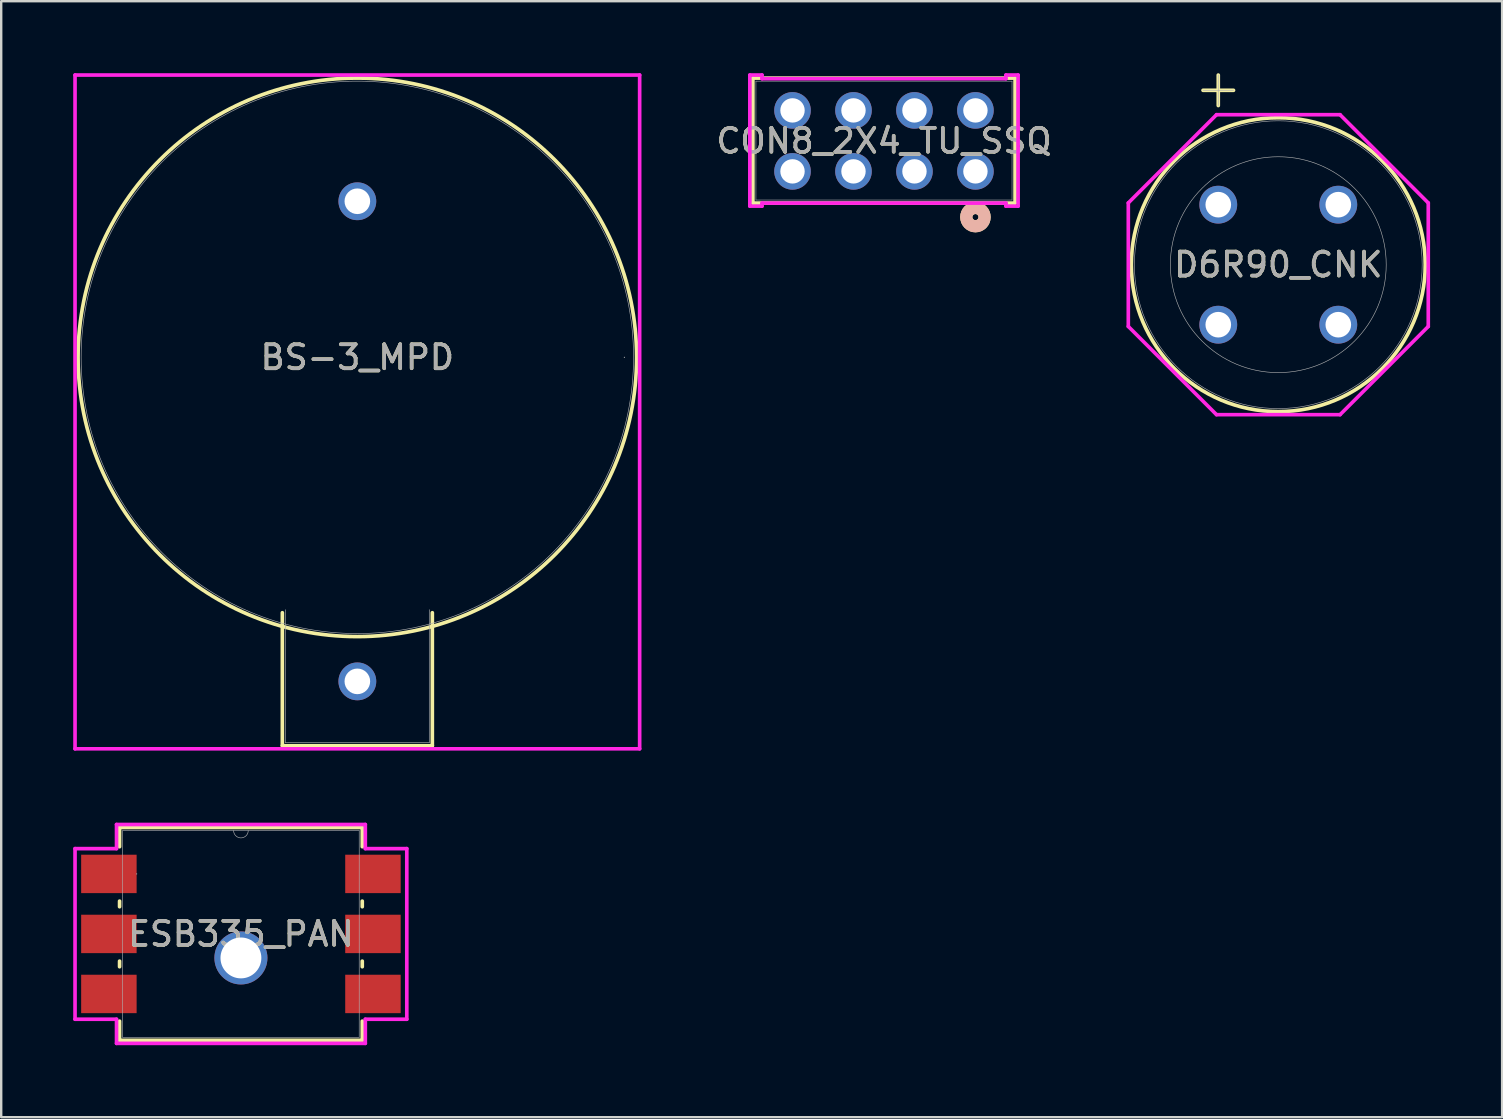
<source format=kicad_pcb>
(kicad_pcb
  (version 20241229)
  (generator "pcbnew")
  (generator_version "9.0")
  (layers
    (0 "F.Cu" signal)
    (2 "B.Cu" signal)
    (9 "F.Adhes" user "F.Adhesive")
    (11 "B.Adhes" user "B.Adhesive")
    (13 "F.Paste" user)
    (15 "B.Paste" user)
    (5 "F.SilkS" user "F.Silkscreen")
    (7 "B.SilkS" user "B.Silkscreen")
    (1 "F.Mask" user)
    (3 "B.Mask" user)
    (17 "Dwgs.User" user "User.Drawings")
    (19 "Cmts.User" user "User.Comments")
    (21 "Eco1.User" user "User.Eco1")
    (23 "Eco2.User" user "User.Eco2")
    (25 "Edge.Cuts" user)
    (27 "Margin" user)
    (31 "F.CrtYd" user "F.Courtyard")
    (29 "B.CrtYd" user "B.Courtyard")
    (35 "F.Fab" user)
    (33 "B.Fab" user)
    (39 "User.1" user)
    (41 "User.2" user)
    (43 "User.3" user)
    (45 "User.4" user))
  (footprint "ESB335_PAN"
    (layer "F.Cu")
    (at 6.986 35.855)
    (property "Reference" "ESB335_PAN" (at 0 0 0) (unlocked yes) (layer "F.SilkS") (effects (font (size 1 1) (thickness 0.15))))
    (attr smd)
    (fp_line (start -5.055 -4.432) (end -5.055 -3.633) (stroke (width 0.152) (type solid)) (layer "F.SilkS"))
    (fp_line (start -5.055 -1.367) (end -5.055 -1.133) (stroke (width 0.152) (type solid)) (layer "F.SilkS"))
    (fp_line (start -5.055 1.133) (end -5.055 1.367) (stroke (width 0.152) (type solid)) (layer "F.SilkS"))
    (fp_line (start -5.055 3.633) (end -5.055 4.432) (stroke (width 0.152) (type solid)) (layer "F.SilkS"))
    (fp_line (start -5.055 4.432) (end 5.055 4.432) (stroke (width 0.152) (type solid)) (layer "F.SilkS"))
    (fp_line (start 5.055 -4.432) (end -5.055 -4.432) (stroke (width 0.152) (type solid)) (layer "F.SilkS"))
    (fp_line (start 5.055 -3.633) (end 5.055 -4.432) (stroke (width 0.152) (type solid)) (layer "F.SilkS"))
    (fp_line (start 5.055 -1.133) (end 5.055 -1.367) (stroke (width 0.152) (type solid)) (layer "F.SilkS"))
    (fp_line (start 5.055 1.367) (end 5.055 1.133) (stroke (width 0.152) (type solid)) (layer "F.SilkS"))
    (fp_line (start 5.055 4.432) (end 5.055 3.633) (stroke (width 0.152) (type solid)) (layer "F.SilkS"))
    (fp_line (start -6.91 -3.554) (end -5.182 -3.554) (stroke (width 0.152) (type solid)) (layer "F.CrtYd"))
    (fp_line (start -6.91 3.554) (end -6.91 -3.554) (stroke (width 0.152) (type solid)) (layer "F.CrtYd"))
    (fp_line (start -6.91 3.554) (end -5.182 3.554) (stroke (width 0.152) (type solid)) (layer "F.CrtYd"))
    (fp_line (start -5.182 -4.559) (end 5.182 -4.559) (stroke (width 0.152) (type solid)) (layer "F.CrtYd"))
    (fp_line (start -5.182 -3.554) (end -5.182 -4.559) (stroke (width 0.152) (type solid)) (layer "F.CrtYd"))
    (fp_line (start -5.182 4.559) (end -5.182 3.554) (stroke (width 0.152) (type solid)) (layer "F.CrtYd"))
    (fp_line (start 5.182 -4.559) (end 5.182 -3.554) (stroke (width 0.152) (type solid)) (layer "F.CrtYd"))
    (fp_line (start 5.182 3.554) (end 5.182 4.559) (stroke (width 0.152) (type solid)) (layer "F.CrtYd"))
    (fp_line (start 5.182 4.559) (end -5.182 4.559) (stroke (width 0.152) (type solid)) (layer "F.CrtYd"))
    (fp_line (start 6.91 -3.554) (end 5.182 -3.554) (stroke (width 0.152) (type solid)) (layer "F.CrtYd"))
    (fp_line (start 6.91 -3.554) (end 6.91 3.554) (stroke (width 0.152) (type solid)) (layer "F.CrtYd"))
    (fp_line (start 6.91 3.554) (end 5.182 3.554) (stroke (width 0.152) (type solid)) (layer "F.CrtYd"))
    (fp_line (start -4.928 -4.305) (end -4.928 4.305) (stroke (width 0.025) (type solid)) (layer "F.Fab"))
    (fp_line (start -4.928 4.305) (end 4.928 4.305) (stroke (width 0.025) (type solid)) (layer "F.Fab"))
    (fp_line (start 4.928 -4.305) (end -4.928 -4.305) (stroke (width 0.025) (type solid)) (layer "F.Fab"))
    (fp_line (start 4.928 4.305) (end 4.928 -4.305) (stroke (width 0.025) (type solid)) (layer "F.Fab"))
    (fp_arc (start 0.3048 -4.3053) (mid 0 -4.0005) (end -0.3048 -4.3053) (stroke (width 0.0254) (type solid)) (layer "F.Fab"))
    (fp_circle (center -4.344 -2.5) (end -4.344 -2.5) (stroke (width 0.025) (type solid)) (fill no) (layer "F.Fab"))
    (fp_text user "${REFERENCE}" (at 0 0 0) (unlocked yes) (layer "F.Fab") (effects (font (size 1 1) (thickness 0.15))))
    (pad "1" smd rect (at -5.5 -2.5) (size 2.311 1.6) (layers "F.Cu" "F.Mask" "F.Paste"))
    (pad "2" smd rect (at -5.5 0) (size 2.311 1.6) (layers "F.Cu" "F.Mask" "F.Paste"))
    (pad "3" smd rect (at -5.5 2.5) (size 2.311 1.6) (layers "F.Cu" "F.Mask" "F.Paste"))
    (pad "4" smd rect (at 5.5 2.5) (size 2.311 1.6) (layers "F.Cu" "F.Mask" "F.Paste"))
    (pad "5" smd rect (at 5.5 0) (size 2.311 1.6) (layers "F.Cu" "F.Mask" "F.Paste"))
    (pad "6" smd rect (at 5.5 -2.5) (size 2.311 1.6) (layers "F.Cu" "F.Mask" "F.Paste"))
    (pad "7" thru_hole circle (at 0 1) (size 2.21 2.21) (drill 1.702) (layers "*.Cu" "*.Mask")))
  (footprint "CON8_2X4_TU_SSQ"
    (layer "F.Cu")
    (at 33.774 2.819)
    (property "Reference" "CON8_2X4_TU_SSQ" (at 0 0 0) (unlocked yes) (layer "F.SilkS") (effects (font (size 1 1) (thickness 0.15))))
    (attr through_hole)
    (fp_line (start -5.461 -2.616) (end -5.461 2.591) (stroke (width 0.152) (type solid)) (layer "F.SilkS"))
    (fp_line (start -5.461 2.591) (end 5.461 2.591) (stroke (width 0.152) (type solid)) (layer "F.SilkS"))
    (fp_line (start 5.461 -2.616) (end -5.461 -2.616) (stroke (width 0.152) (type solid)) (layer "F.SilkS"))
    (fp_line (start 5.461 2.591) (end 5.461 -2.616) (stroke (width 0.152) (type solid)) (layer "F.SilkS"))
    (fp_circle (center 3.81 3.175) (end 4.191 3.175) (stroke (width 0.508) (type solid)) (fill no) (layer "F.SilkS"))
    (fp_circle (center 3.81 3.175) (end 4.191 3.175) (stroke (width 0.508) (type solid)) (fill no) (layer "B.SilkS"))
    (fp_line (start -5.588 -2.743) (end -5.588 2.718) (stroke (width 0.152) (type solid)) (layer "F.CrtYd"))
    (fp_line (start -5.588 2.718) (end -5.08 2.718) (stroke (width 0.152) (type solid)) (layer "F.CrtYd"))
    (fp_line (start -5.08 -2.743) (end -5.588 -2.743) (stroke (width 0.152) (type solid)) (layer "F.CrtYd"))
    (fp_line (start -5.08 -2.591) (end -5.08 -2.743) (stroke (width 0.152) (type solid)) (layer "F.CrtYd"))
    (fp_line (start -5.08 2.591) (end 5.08 2.591) (stroke (width 0.152) (type solid)) (layer "F.CrtYd"))
    (fp_line (start -5.08 2.718) (end -5.08 2.591) (stroke (width 0.152) (type solid)) (layer "F.CrtYd"))
    (fp_line (start 5.08 -2.743) (end 5.08 -2.591) (stroke (width 0.152) (type solid)) (layer "F.CrtYd"))
    (fp_line (start 5.08 -2.591) (end -5.08 -2.591) (stroke (width 0.152) (type solid)) (layer "F.CrtYd"))
    (fp_line (start 5.08 2.591) (end 5.08 2.718) (stroke (width 0.152) (type solid)) (layer "F.CrtYd"))
    (fp_line (start 5.08 2.718) (end 5.588 2.718) (stroke (width 0.152) (type solid)) (layer "F.CrtYd"))
    (fp_line (start 5.588 -2.743) (end 5.08 -2.743) (stroke (width 0.152) (type solid)) (layer "F.CrtYd"))
    (fp_line (start 5.588 2.718) (end 5.588 -2.743) (stroke (width 0.152) (type solid)) (layer "F.CrtYd"))
    (fp_line (start -5.334 -2.489) (end -5.334 2.464) (stroke (width 0.025) (type solid)) (layer "F.Fab"))
    (fp_line (start -5.334 2.464) (end 5.334 2.464) (stroke (width 0.025) (type solid)) (layer "F.Fab"))
    (fp_line (start 5.334 -2.489) (end -5.334 -2.489) (stroke (width 0.025) (type solid)) (layer "F.Fab"))
    (fp_line (start 5.334 2.464) (end 5.334 -2.489) (stroke (width 0.025) (type solid)) (layer "F.Fab"))
    (fp_circle (center 3.81 1.27) (end 4.064 1.27) (stroke (width 0.025) (type solid)) (fill no) (layer "F.Fab"))
    (fp_text user "${REFERENCE}" (at 0 0 0) (unlocked yes) (layer "F.Fab") (effects (font (size 1 1) (thickness 0.15))))
    (pad "1" thru_hole circle (at 3.81 1.27 90) (size 1.524 1.524) (drill 1.016) (layers "*.Cu" "*.Mask"))
    (pad "2" thru_hole circle (at 3.81 -1.27 90) (size 1.524 1.524) (drill 1.016) (layers "*.Cu" "*.Mask"))
    (pad "3" thru_hole circle (at 1.27 1.27 90) (size 1.524 1.524) (drill 1.016) (layers "*.Cu" "*.Mask"))
    (pad "4" thru_hole circle (at 1.27 -1.27 90) (size 1.524 1.524) (drill 1.016) (layers "*.Cu" "*.Mask"))
    (pad "5" thru_hole circle (at -1.27 1.27 90) (size 1.524 1.524) (drill 1.016) (layers "*.Cu" "*.Mask"))
    (pad "6" thru_hole circle (at -1.27 -1.27 90) (size 1.524 1.524) (drill 1.016) (layers "*.Cu" "*.Mask"))
    (pad "7" thru_hole circle (at -3.81 1.27 90) (size 1.524 1.524) (drill 1.016) (layers "*.Cu" "*.Mask"))
    (pad "8" thru_hole circle (at -3.81 -1.27 90) (size 1.524 1.524) (drill 1.016) (layers "*.Cu" "*.Mask")))
  (footprint "BS-3_MPD"
    (layer "F.Cu")
    (at 11.836 11.836)
    (property "Reference" "BS-3_MPD" (at 0 0 0) (unlocked yes) (layer "F.SilkS") (effects (font (size 1 1) (thickness 0.15))))
    (attr through_hole)
    (fp_line (start -3.124 10.638) (end -3.124 16.18) (stroke (width 0.152) (type solid)) (layer "F.SilkS"))
    (fp_line (start -3.124 16.18) (end 3.124 16.18) (stroke (width 0.152) (type solid)) (layer "F.SilkS"))
    (fp_line (start 3.124 16.18) (end 3.124 10.638) (stroke (width 0.152) (type solid)) (layer "F.SilkS"))
    (fp_circle (center 0 0) (end 11.633 0) (stroke (width 0.152) (type solid)) (fill no) (layer "F.SilkS"))
    (fp_line (start -11.76 -11.76) (end 11.76 -11.76) (stroke (width 0.152) (type solid)) (layer "F.CrtYd"))
    (fp_line (start -11.76 16.307) (end -11.76 -11.76) (stroke (width 0.152) (type solid)) (layer "F.CrtYd"))
    (fp_line (start 11.76 -11.76) (end 11.76 16.307) (stroke (width 0.152) (type solid)) (layer "F.CrtYd"))
    (fp_line (start 11.76 16.307) (end -11.76 16.307) (stroke (width 0.152) (type solid)) (layer "F.CrtYd"))
    (fp_line (start -2.997 10.511) (end -2.997 16.053) (stroke (width 0.025) (type solid)) (layer "F.Fab"))
    (fp_line (start -2.997 16.053) (end 2.997 16.053) (stroke (width 0.025) (type solid)) (layer "F.Fab"))
    (fp_line (start 2.997 16.053) (end 2.997 10.511) (stroke (width 0.025) (type solid)) (layer "F.Fab"))
    (fp_circle (center 0 0) (end 11.506 0) (stroke (width 0.025) (type solid)) (fill no) (layer "F.Fab"))
    (fp_circle (center 11.125 0) (end 11.125 0) (stroke (width 0.025) (type solid)) (fill no) (layer "F.Fab"))
    (fp_text user "${REFERENCE}" (at 0 0 0) (unlocked yes) (layer "F.Fab") (effects (font (size 1 1) (thickness 0.15))))
    (pad "1" thru_hole circle (at 0 -6.502) (size 1.575 1.575) (drill 1.067) (layers "*.Cu" "*.Mask"))
    (pad "2" thru_hole circle (at 0 13.498) (size 1.575 1.575) (drill 1.067) (layers "*.Cu" "*.Mask")))
  (footprint "D6R90_CNK"
    (layer "F.Cu")
    (at 47.7 5.476)
    (property "Reference" "D6R90_CNK" (at 2.5 2.5 0) (unlocked yes) (layer "F.SilkS") (effects (font (size 1 1) (thickness 0.15))))
    (attr through_hole)
    (fp_line (start -0.635 -4.764) (end 0.635 -4.764) (stroke (width 0.152) (type solid)) (layer "F.SilkS"))
    (fp_line (start 0 -4.129) (end 0 -5.399) (stroke (width 0.152) (type solid)) (layer "F.SilkS"))
    (fp_circle (center 2.5 2.5) (end 8.621 2.5) (stroke (width 0.152) (type solid)) (fill no) (layer "F.SilkS"))
    (fp_line (start -3.748 -0.073) (end -0.073 -3.748) (stroke (width 0.152) (type solid)) (layer "F.CrtYd"))
    (fp_line (start -3.748 5.073) (end -3.748 -0.073) (stroke (width 0.152) (type solid)) (layer "F.CrtYd"))
    (fp_line (start -0.073 -3.748) (end 5.073 -3.748) (stroke (width 0.152) (type solid)) (layer "F.CrtYd"))
    (fp_line (start -0.073 8.748) (end -3.748 5.073) (stroke (width 0.152) (type solid)) (layer "F.CrtYd"))
    (fp_line (start 5.073 -3.748) (end 8.748 -0.073) (stroke (width 0.152) (type solid)) (layer "F.CrtYd"))
    (fp_line (start 5.073 8.748) (end -0.073 8.748) (stroke (width 0.152) (type solid)) (layer "F.CrtYd"))
    (fp_line (start 8.748 -0.073) (end 8.748 5.073) (stroke (width 0.152) (type solid)) (layer "F.CrtYd"))
    (fp_line (start 8.748 5.073) (end 5.073 8.748) (stroke (width 0.152) (type solid)) (layer "F.CrtYd"))
    (fp_line (start -0.635 -4.764) (end 0.635 -4.764) (stroke (width 0.025) (type solid)) (layer "F.Fab"))
    (fp_line (start 0 -4.129) (end 0 -5.399) (stroke (width 0.025) (type solid)) (layer "F.Fab"))
    (fp_circle (center 2.5 2.5) (end 6.996 2.5) (stroke (width 0.025) (type solid)) (fill no) (layer "F.Fab"))
    (fp_circle (center 2.5 2.5) (end 8.494 2.5) (stroke (width 0.025) (type solid)) (fill no) (layer "F.Fab"))
    (fp_text user "${REFERENCE}" (at 2.5 2.5 0) (unlocked yes) (layer "F.Fab") (effects (font (size 1 1) (thickness 0.15))))
    (pad "1" thru_hole circle (at 0 0) (size 1.575 1.575) (drill 1.067) (layers "*.Cu" "*.Mask"))
    (pad "2" thru_hole circle (at 5 0) (size 1.575 1.575) (drill 1.067) (layers "*.Cu" "*.Mask"))
    (pad "3" thru_hole circle (at 5 5) (size 1.575 1.575) (drill 1.067) (layers "*.Cu" "*.Mask"))
    (pad "4" thru_hole circle (at 0 5) (size 1.575 1.575) (drill 1.067) (layers "*.Cu" "*.Mask")))
  (gr_rect
    (start -3 -3)
    (end 59.524 43.49)
    (stroke (width 0.1) (type default))
    (fill no)
    (layer "Edge.Cuts")))
</source>
